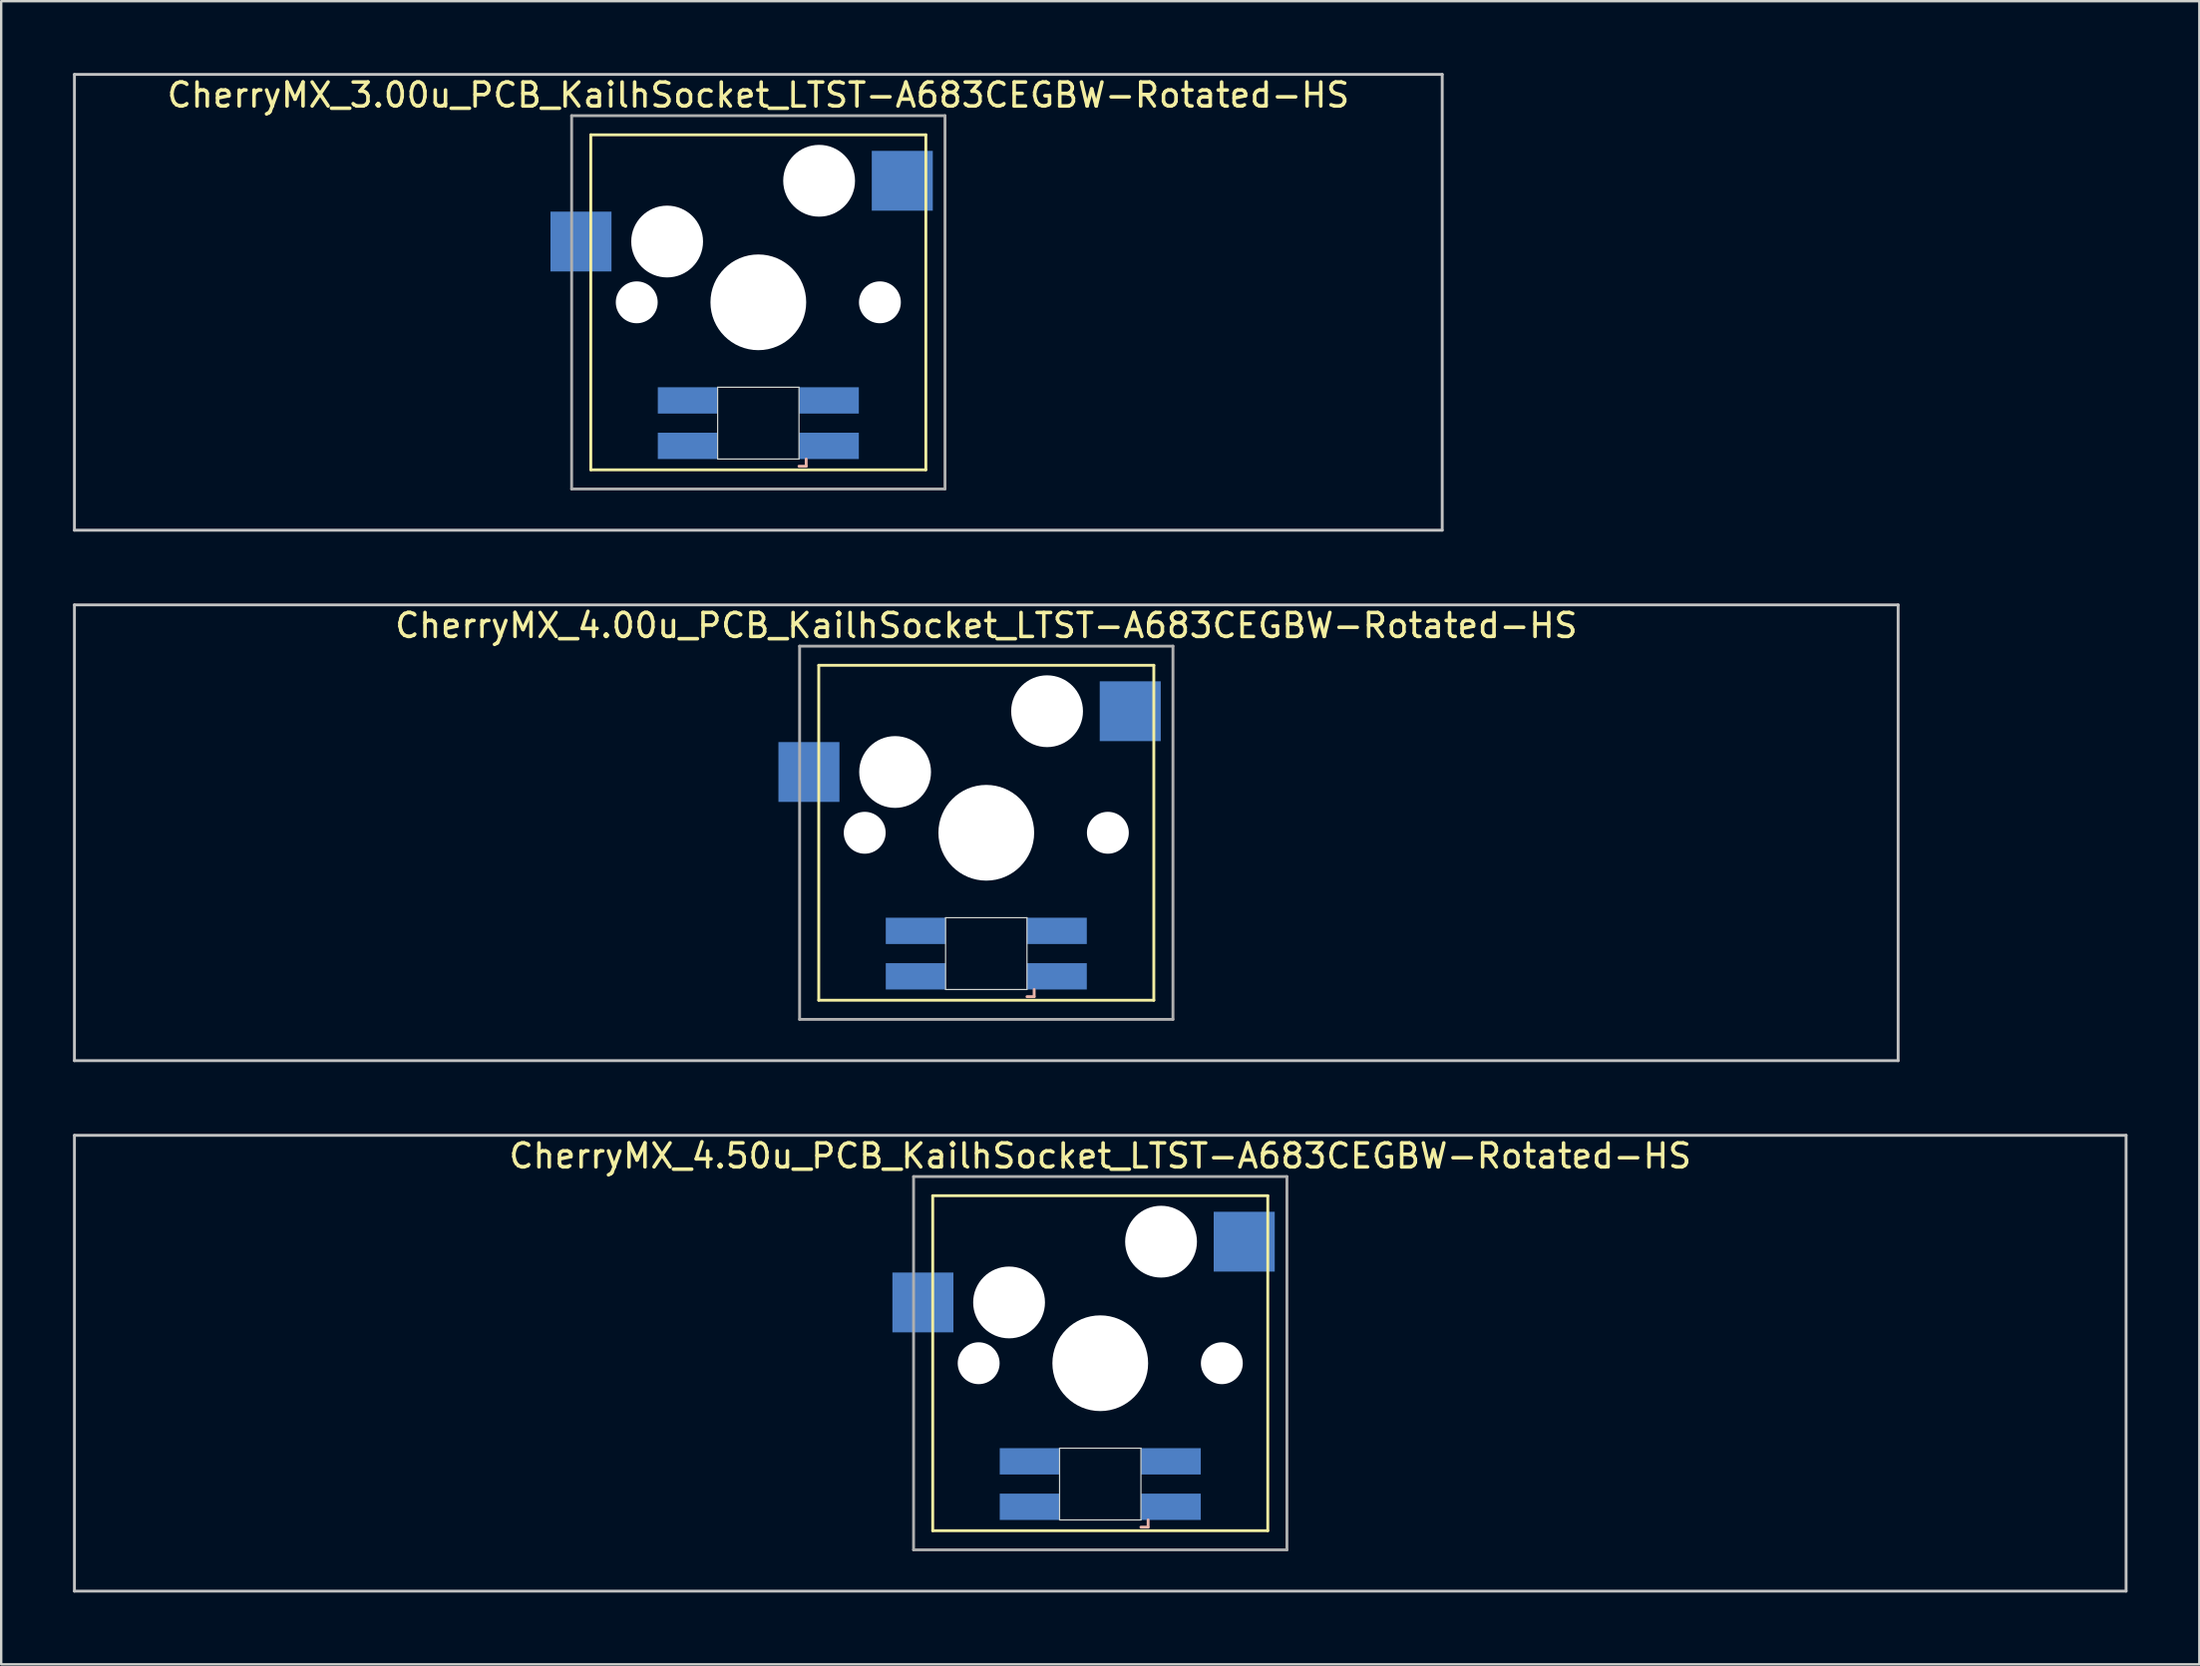
<source format=kicad_pcb>
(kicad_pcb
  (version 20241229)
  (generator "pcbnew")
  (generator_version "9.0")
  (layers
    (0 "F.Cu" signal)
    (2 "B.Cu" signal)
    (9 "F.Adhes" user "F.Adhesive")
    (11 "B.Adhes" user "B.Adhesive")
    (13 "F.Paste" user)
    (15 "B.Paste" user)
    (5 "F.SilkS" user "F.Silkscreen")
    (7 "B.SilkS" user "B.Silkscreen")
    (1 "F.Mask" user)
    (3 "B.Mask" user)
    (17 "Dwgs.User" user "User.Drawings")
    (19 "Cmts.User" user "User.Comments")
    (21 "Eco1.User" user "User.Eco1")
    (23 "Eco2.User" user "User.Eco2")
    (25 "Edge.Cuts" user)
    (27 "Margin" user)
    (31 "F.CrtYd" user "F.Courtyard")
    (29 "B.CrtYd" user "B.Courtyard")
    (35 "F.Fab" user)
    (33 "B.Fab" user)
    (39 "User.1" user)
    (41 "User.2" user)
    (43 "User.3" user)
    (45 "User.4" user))
  (footprint "CherryMX_3.00u_PCB_KailhSocket_LTST-A683CEGBW-Rotated-HS"
    (layer "F.Cu")
    (at 28.635 9.585)
    (property "Reference" "CherryMX_3.00u_PCB_KailhSocket_LTST-A683CEGBW-Rotated-HS" (at 0 -8.662 0) (layer "F.SilkS") (effects (font (size 1 1) (thickness 0.15))))
    (attr through_hole)
    (fp_line (start -7 -7) (end -7 7) (stroke (width 0.12) (type solid)) (layer "F.SilkS"))
    (fp_line (start -7 -7) (end 7 -7) (stroke (width 0.12) (type solid)) (layer "F.SilkS"))
    (fp_line (start 7 -7) (end 7 7) (stroke (width 0.12) (type solid)) (layer "F.SilkS"))
    (fp_line (start 7 7) (end -7 7) (stroke (width 0.12) (type solid)) (layer "F.SilkS"))
    (fp_line (start 1.7 6.85) (end 2 6.85) (stroke (width 0.12) (type solid)) (layer "B.SilkS"))
    (fp_line (start 2 6.85) (end 2 6.55) (stroke (width 0.12) (type solid)) (layer "B.SilkS"))
    (fp_line (start -28.575 -9.525) (end 28.575 -9.525) (stroke (width 0.12) (type solid)) (layer "Dwgs.User"))
    (fp_line (start -28.575 9.525) (end -28.575 -9.525) (stroke (width 0.12) (type solid)) (layer "Dwgs.User"))
    (fp_line (start 28.575 -9.525) (end 28.575 9.525) (stroke (width 0.12) (type solid)) (layer "Dwgs.User"))
    (fp_line (start 28.575 9.525) (end -28.575 9.525) (stroke (width 0.12) (type solid)) (layer "Dwgs.User"))
    (fp_line (start -1.7 3.55) (end 1.7 3.55) (stroke (width 0.05) (type solid)) (layer "Edge.Cuts"))
    (fp_line (start -1.7 6.55) (end -1.7 3.55) (stroke (width 0.05) (type solid)) (layer "Edge.Cuts"))
    (fp_line (start 1.7 3.55) (end 1.7 6.55) (stroke (width 0.05) (type solid)) (layer "Edge.Cuts"))
    (fp_line (start 1.7 6.55) (end -1.7 6.55) (stroke (width 0.05) (type solid)) (layer "Edge.Cuts"))
    (fp_line (start -7.8 -7.8) (end -7.8 7.8) (stroke (width 0.12) (type solid)) (layer "F.Fab"))
    (fp_line (start -7.8 -7.8) (end 7.8 -7.8) (stroke (width 0.12) (type solid)) (layer "F.Fab"))
    (fp_line (start -7.8 7.8) (end 7.8 7.8) (stroke (width 0.12) (type solid)) (layer "F.Fab"))
    (fp_line (start 7.8 -7.8) (end 7.8 7.8) (stroke (width 0.12) (type solid)) (layer "F.Fab"))
    (pad "" np_thru_hole circle (at -5.08 0) (size 1.75 1.75) (drill 1.75) (layers "*.Cu" "*.Mask"))
    (pad "" np_thru_hole circle (at -3.81 -2.54) (size 3 3) (drill 3) (layers "*.Cu" "*.Mask"))
    (pad "" np_thru_hole circle (at 0 0) (size 4 4) (drill 4) (layers "*.Cu" "*.Mask"))
    (pad "" np_thru_hole circle (at 2.54 -5.08) (size 3 3) (drill 3) (layers "*.Cu" "*.Mask"))
    (pad "" np_thru_hole circle (at 5.08 0) (size 1.75 1.75) (drill 1.75) (layers "*.Cu" "*.Mask"))
    (pad "1" smd rect (at -7.41 -2.54) (size 2.55 2.5) (layers "B.Cu" "B.Mask" "B.Paste"))
    (pad "2" smd rect (at 6.015 -5.08) (size 2.55 2.5) (layers "B.Cu" "B.Mask" "B.Paste"))
    (pad "3" smd rect (at 2.95 6) (size 2.5 1.1) (layers "B.Cu" "B.Mask" "B.Paste"))
    (pad "4" smd rect (at 2.95 4.1) (size 2.5 1.1) (layers "B.Cu" "B.Mask" "B.Paste"))
    (pad "5" smd rect (at -2.95 6) (size 2.5 1.1) (layers "B.Cu" "B.Mask" "B.Paste"))
    (pad "6" smd rect (at -2.95 4.1) (size 2.5 1.1) (layers "B.Cu" "B.Mask" "B.Paste")))
  (footprint "CherryMX_4.50u_PCB_KailhSocket_LTST-A683CEGBW-Rotated-HS"
    (layer "F.Cu")
    (at 42.922 53.925)
    (property "Reference" "CherryMX_4.50u_PCB_KailhSocket_LTST-A683CEGBW-Rotated-HS" (at 0 -8.662 0) (layer "F.SilkS") (effects (font (size 1 1) (thickness 0.15))))
    (attr through_hole)
    (fp_line (start -7 -7) (end -7 7) (stroke (width 0.12) (type solid)) (layer "F.SilkS"))
    (fp_line (start -7 -7) (end 7 -7) (stroke (width 0.12) (type solid)) (layer "F.SilkS"))
    (fp_line (start 7 -7) (end 7 7) (stroke (width 0.12) (type solid)) (layer "F.SilkS"))
    (fp_line (start 7 7) (end -7 7) (stroke (width 0.12) (type solid)) (layer "F.SilkS"))
    (fp_line (start 1.7 6.85) (end 2 6.85) (stroke (width 0.12) (type solid)) (layer "B.SilkS"))
    (fp_line (start 2 6.85) (end 2 6.55) (stroke (width 0.12) (type solid)) (layer "B.SilkS"))
    (fp_line (start -42.862 -9.525) (end 42.862 -9.525) (stroke (width 0.12) (type solid)) (layer "Dwgs.User"))
    (fp_line (start -42.862 9.525) (end -42.862 -9.525) (stroke (width 0.12) (type solid)) (layer "Dwgs.User"))
    (fp_line (start 42.862 -9.525) (end 42.862 9.525) (stroke (width 0.12) (type solid)) (layer "Dwgs.User"))
    (fp_line (start 42.862 9.525) (end -42.862 9.525) (stroke (width 0.12) (type solid)) (layer "Dwgs.User"))
    (fp_line (start -1.7 3.55) (end 1.7 3.55) (stroke (width 0.05) (type solid)) (layer "Edge.Cuts"))
    (fp_line (start -1.7 6.55) (end -1.7 3.55) (stroke (width 0.05) (type solid)) (layer "Edge.Cuts"))
    (fp_line (start 1.7 3.55) (end 1.7 6.55) (stroke (width 0.05) (type solid)) (layer "Edge.Cuts"))
    (fp_line (start 1.7 6.55) (end -1.7 6.55) (stroke (width 0.05) (type solid)) (layer "Edge.Cuts"))
    (fp_line (start -7.8 -7.8) (end -7.8 7.8) (stroke (width 0.12) (type solid)) (layer "F.Fab"))
    (fp_line (start -7.8 -7.8) (end 7.8 -7.8) (stroke (width 0.12) (type solid)) (layer "F.Fab"))
    (fp_line (start -7.8 7.8) (end 7.8 7.8) (stroke (width 0.12) (type solid)) (layer "F.Fab"))
    (fp_line (start 7.8 -7.8) (end 7.8 7.8) (stroke (width 0.12) (type solid)) (layer "F.Fab"))
    (pad "" np_thru_hole circle (at -5.08 0) (size 1.75 1.75) (drill 1.75) (layers "*.Cu" "*.Mask"))
    (pad "" np_thru_hole circle (at -3.81 -2.54) (size 3 3) (drill 3) (layers "*.Cu" "*.Mask"))
    (pad "" np_thru_hole circle (at 0 0) (size 4 4) (drill 4) (layers "*.Cu" "*.Mask"))
    (pad "" np_thru_hole circle (at 2.54 -5.08) (size 3 3) (drill 3) (layers "*.Cu" "*.Mask"))
    (pad "" np_thru_hole circle (at 5.08 0) (size 1.75 1.75) (drill 1.75) (layers "*.Cu" "*.Mask"))
    (pad "1" smd rect (at -7.41 -2.54) (size 2.55 2.5) (layers "B.Cu" "B.Mask" "B.Paste"))
    (pad "2" smd rect (at 6.015 -5.08) (size 2.55 2.5) (layers "B.Cu" "B.Mask" "B.Paste"))
    (pad "3" smd rect (at 2.95 6) (size 2.5 1.1) (layers "B.Cu" "B.Mask" "B.Paste"))
    (pad "4" smd rect (at 2.95 4.1) (size 2.5 1.1) (layers "B.Cu" "B.Mask" "B.Paste"))
    (pad "5" smd rect (at -2.95 6) (size 2.5 1.1) (layers "B.Cu" "B.Mask" "B.Paste"))
    (pad "6" smd rect (at -2.95 4.1) (size 2.5 1.1) (layers "B.Cu" "B.Mask" "B.Paste")))
  (footprint "CherryMX_4.00u_PCB_KailhSocket_LTST-A683CEGBW-Rotated-HS"
    (layer "F.Cu")
    (at 38.16 31.755)
    (property "Reference" "CherryMX_4.00u_PCB_KailhSocket_LTST-A683CEGBW-Rotated-HS" (at 0 -8.662 0) (layer "F.SilkS") (effects (font (size 1 1) (thickness 0.15))))
    (attr through_hole)
    (fp_line (start -7 -7) (end -7 7) (stroke (width 0.12) (type solid)) (layer "F.SilkS"))
    (fp_line (start -7 -7) (end 7 -7) (stroke (width 0.12) (type solid)) (layer "F.SilkS"))
    (fp_line (start 7 -7) (end 7 7) (stroke (width 0.12) (type solid)) (layer "F.SilkS"))
    (fp_line (start 7 7) (end -7 7) (stroke (width 0.12) (type solid)) (layer "F.SilkS"))
    (fp_line (start 1.7 6.85) (end 2 6.85) (stroke (width 0.12) (type solid)) (layer "B.SilkS"))
    (fp_line (start 2 6.85) (end 2 6.55) (stroke (width 0.12) (type solid)) (layer "B.SilkS"))
    (fp_line (start -38.1 -9.525) (end 38.1 -9.525) (stroke (width 0.12) (type solid)) (layer "Dwgs.User"))
    (fp_line (start -38.1 9.525) (end -38.1 -9.525) (stroke (width 0.12) (type solid)) (layer "Dwgs.User"))
    (fp_line (start 38.1 -9.525) (end 38.1 9.525) (stroke (width 0.12) (type solid)) (layer "Dwgs.User"))
    (fp_line (start 38.1 9.525) (end -38.1 9.525) (stroke (width 0.12) (type solid)) (layer "Dwgs.User"))
    (fp_line (start -1.7 3.55) (end 1.7 3.55) (stroke (width 0.05) (type solid)) (layer "Edge.Cuts"))
    (fp_line (start -1.7 6.55) (end -1.7 3.55) (stroke (width 0.05) (type solid)) (layer "Edge.Cuts"))
    (fp_line (start 1.7 3.55) (end 1.7 6.55) (stroke (width 0.05) (type solid)) (layer "Edge.Cuts"))
    (fp_line (start 1.7 6.55) (end -1.7 6.55) (stroke (width 0.05) (type solid)) (layer "Edge.Cuts"))
    (fp_line (start -7.8 -7.8) (end -7.8 7.8) (stroke (width 0.12) (type solid)) (layer "F.Fab"))
    (fp_line (start -7.8 -7.8) (end 7.8 -7.8) (stroke (width 0.12) (type solid)) (layer "F.Fab"))
    (fp_line (start -7.8 7.8) (end 7.8 7.8) (stroke (width 0.12) (type solid)) (layer "F.Fab"))
    (fp_line (start 7.8 -7.8) (end 7.8 7.8) (stroke (width 0.12) (type solid)) (layer "F.Fab"))
    (pad "" np_thru_hole circle (at -5.08 0) (size 1.75 1.75) (drill 1.75) (layers "*.Cu" "*.Mask"))
    (pad "" np_thru_hole circle (at -3.81 -2.54) (size 3 3) (drill 3) (layers "*.Cu" "*.Mask"))
    (pad "" np_thru_hole circle (at 0 0) (size 4 4) (drill 4) (layers "*.Cu" "*.Mask"))
    (pad "" np_thru_hole circle (at 2.54 -5.08) (size 3 3) (drill 3) (layers "*.Cu" "*.Mask"))
    (pad "" np_thru_hole circle (at 5.08 0) (size 1.75 1.75) (drill 1.75) (layers "*.Cu" "*.Mask"))
    (pad "1" smd rect (at -7.41 -2.54) (size 2.55 2.5) (layers "B.Cu" "B.Mask" "B.Paste"))
    (pad "2" smd rect (at 6.015 -5.08) (size 2.55 2.5) (layers "B.Cu" "B.Mask" "B.Paste"))
    (pad "3" smd rect (at 2.95 6) (size 2.5 1.1) (layers "B.Cu" "B.Mask" "B.Paste"))
    (pad "4" smd rect (at 2.95 4.1) (size 2.5 1.1) (layers "B.Cu" "B.Mask" "B.Paste"))
    (pad "5" smd rect (at -2.95 6) (size 2.5 1.1) (layers "B.Cu" "B.Mask" "B.Paste"))
    (pad "6" smd rect (at -2.95 4.1) (size 2.5 1.1) (layers "B.Cu" "B.Mask" "B.Paste")))
  (gr_rect
    (start -3 -3)
    (end 88.845 66.51)
    (stroke (width 0.1) (type default))
    (fill no)
    (layer "Edge.Cuts")))
</source>
